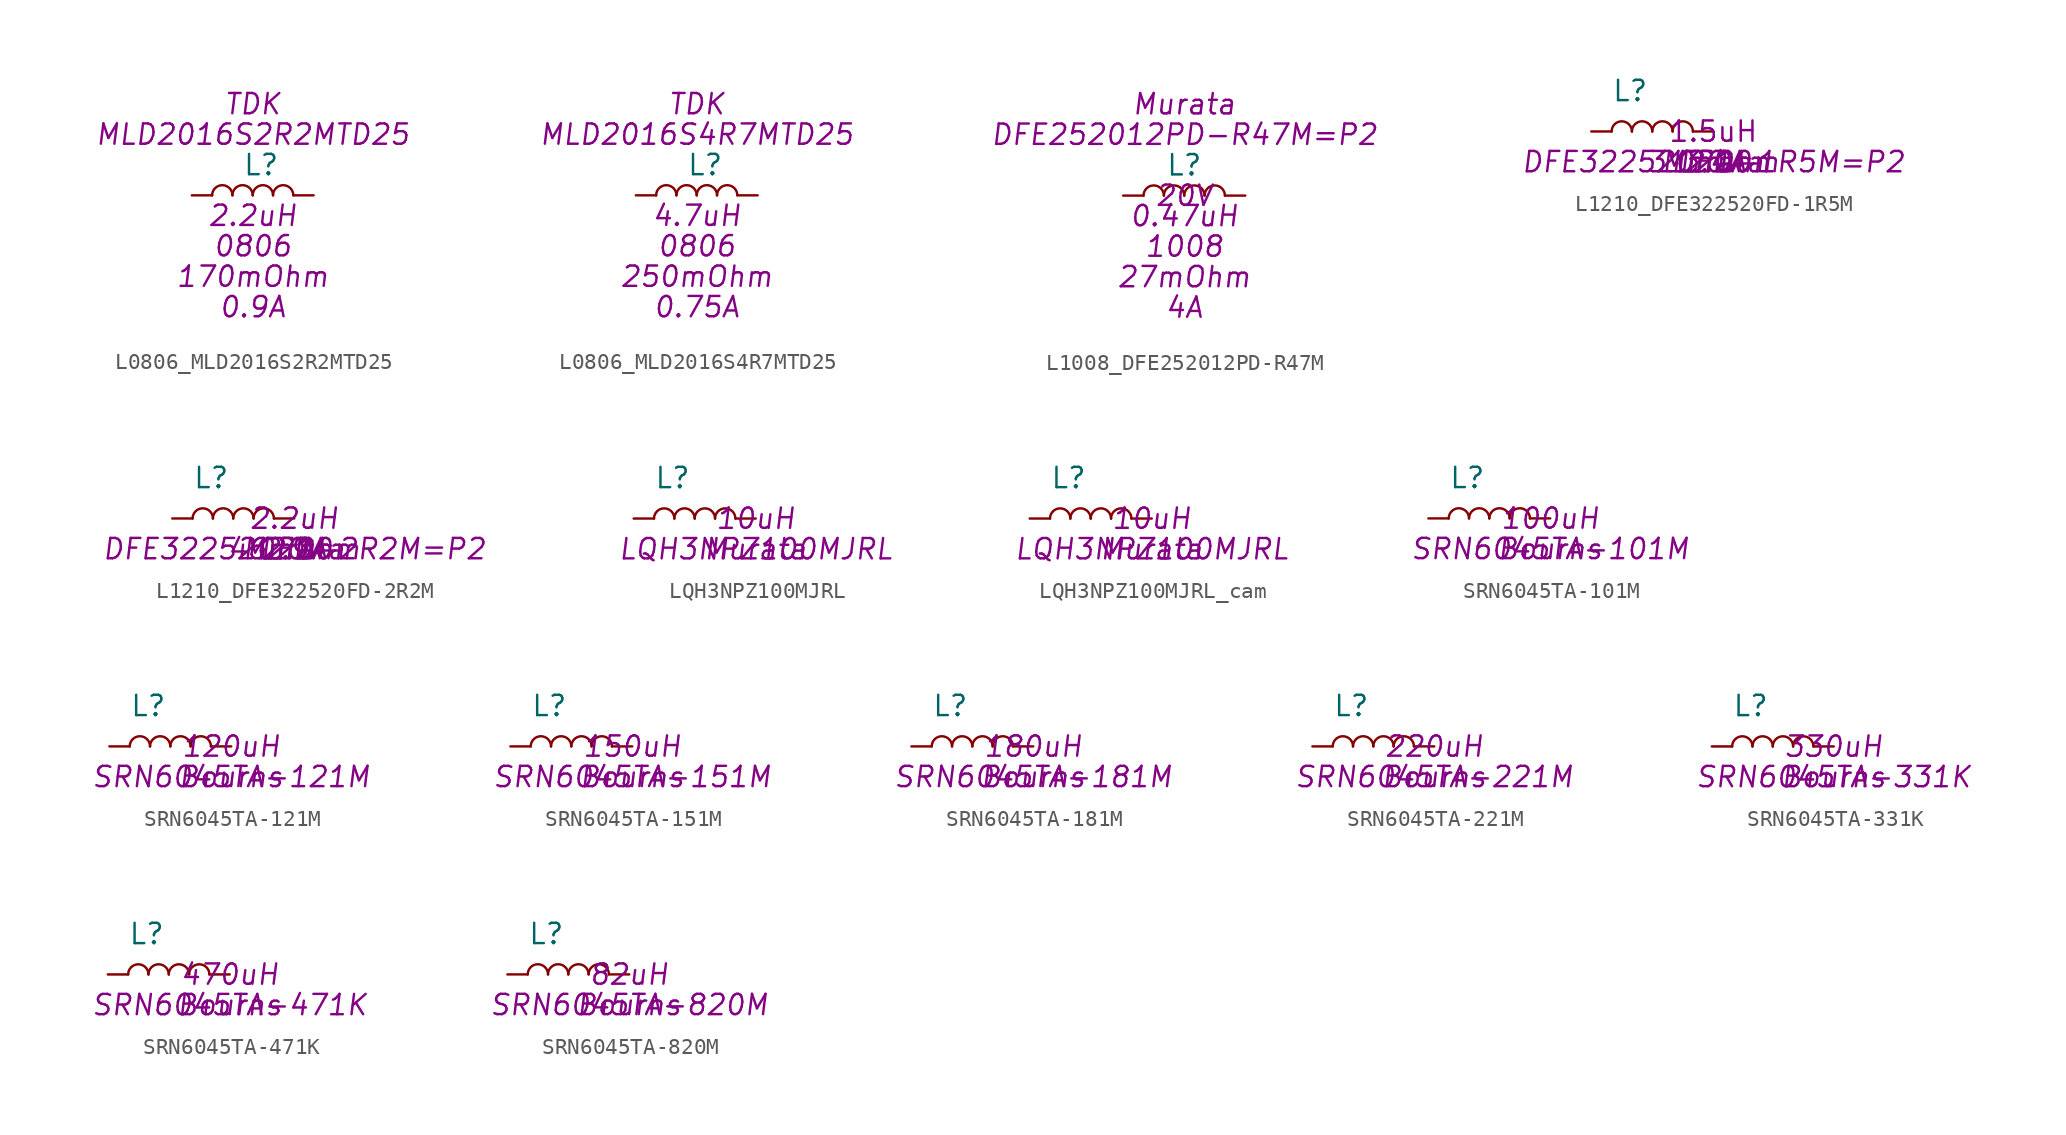
<source format=kicad_sym>
(kicad_symbol_lib
  (version 20211014)
  (generator kicad_symbol_editor)
  (symbol "L0806_MLD2016S2R2MTD25"
    (pin_numbers hide)
    (pin_names
      (offset 0.254) hide)
    (property "Reference" "L"
      (at -0.635 1.905 0)
      (effects (font (size 1.27 1.27)) (justify left)))
    (property "Case" "0806"
      (at 0 -3.175 0)
      (effects (font (size 1.27 1.27) italic)))
    (property "Rdc" "170mOhm"
      (at 0 -5.08 0)
      (effects (font (size 1.27 1.27) italic)))
    (property "Irat" "0.9A"
      (at 0 -6.985 0)
      (effects (font (size 1.27 1.27) italic)))
    (property "p/n" "MLD2016S2R2MTD25"
      (at 0 3.81 0)
      (effects (font (size 1.27 1.27) italic)))
    (property "Manuf" "TDK"
      (at 0 5.715 0)
      (effects (font (size 1.27 1.27) italic)))
    (property "Inductance" "2.2uH"
      (at 0 -1.27 0)
      (effects (font (size 1.27 1.27) italic)))
    (symbol "L0806_MLD2016S2R2MTD25_0_1"
      (arc (start 0 0) (mid -0.635 0.635) (end -1.27 0) (stroke (width 0) (type default) (color 0 0 0 0)) (fill (type none)))
      (arc (start 1.27 0) (mid 0.635 0.635) (end 0 0) (stroke (width 0) (type default) (color 0 0 0 0)) (fill (type none)))
      (arc (start 2.54 0) (mid 1.905 0.635) (end 1.27 0) (stroke (width 0) (type default) (color 0 0 0 0)) (fill (type none))))
    (symbol "L0806_MLD2016S2R2MTD25_1_1"
      (arc (start -1.27 0) (mid -1.905 0.635) (end -2.54 0) (stroke (width 0) (type default) (color 0 0 0 0)) (fill (type none)))
      (pin passive line (at -3.81 0 0) (length 1.27) (name "~" (effects (font (size 1.27 1.27)))) (number "1" (effects (font (size 1.27 1.27)))))
      (pin passive line (at 3.81 0 180) (length 1.27) (name "~" (effects (font (size 1.27 1.27)))) (number "2" (effects (font (size 1.27 1.27)))))))
  (symbol "L0806_MLD2016S4R7MTD25"
    (pin_numbers hide)
    (pin_names
      (offset 0.254) hide)
    (property "Reference" "L"
      (at -0.635 1.905 0)
      (effects (font (size 1.27 1.27)) (justify left)))
    (property "Case" "0806"
      (at 0 -3.175 0)
      (effects (font (size 1.27 1.27) italic)))
    (property "Rdc" "250mOhm"
      (at 0 -5.08 0)
      (effects (font (size 1.27 1.27) italic)))
    (property "Irat" "0.75A"
      (at 0 -6.985 0)
      (effects (font (size 1.27 1.27) italic)))
    (property "p/n" "MLD2016S4R7MTD25"
      (at 0 3.81 0)
      (effects (font (size 1.27 1.27) italic)))
    (property "Manuf" "TDK"
      (at 0 5.715 0)
      (effects (font (size 1.27 1.27) italic)))
    (property "Inductance" "4.7uH"
      (at 0 -1.27 0)
      (effects (font (size 1.27 1.27) italic)))
    (symbol "L0806_MLD2016S4R7MTD25_0_1"
      (arc (start 0 0) (mid -0.635 0.635) (end -1.27 0) (stroke (width 0) (type default) (color 0 0 0 0)) (fill (type none)))
      (arc (start 1.27 0) (mid 0.635 0.635) (end 0 0) (stroke (width 0) (type default) (color 0 0 0 0)) (fill (type none)))
      (arc (start 2.54 0) (mid 1.905 0.635) (end 1.27 0) (stroke (width 0) (type default) (color 0 0 0 0)) (fill (type none))))
    (symbol "L0806_MLD2016S4R7MTD25_1_1"
      (arc (start -1.27 0) (mid -1.905 0.635) (end -2.54 0) (stroke (width 0) (type default) (color 0 0 0 0)) (fill (type none)))
      (pin passive line (at -3.81 0 0) (length 1.27) (name "~" (effects (font (size 1.27 1.27)))) (number "1" (effects (font (size 1.27 1.27)))))
      (pin passive line (at 3.81 0 180) (length 1.27) (name "~" (effects (font (size 1.27 1.27)))) (number "2" (effects (font (size 1.27 1.27)))))))
  (symbol "L1008_DFE252012PD-R47M"
    (pin_numbers hide)
    (pin_names
      (offset 0.254) hide)
    (property "Reference" "L"
      (at 0 1.905 0)
      (effects (font (size 1.27 1.27))))
    (property "Case" "1008"
      (at 0 -3.175 0)
      (effects (font (size 1.27 1.27) italic)))
    (property "Rdc" "27mOhm"
      (at 0 -5.08 0)
      (effects (font (size 1.27 1.27) italic)))
    (property "Vmax" "20V"
      (at 0 0 0)
      (effects (font (size 1.27 1.27) italic)))
    (property "Irat" "4A"
      (at 0 -6.985 0)
      (effects (font (size 1.27 1.27) italic)))
    (property "p/n" "DFE252012PD-R47M=P2"
      (at 0 3.81 0)
      (effects (font (size 1.27 1.27) italic)))
    (property "Manuf" "Murata"
      (at 0 5.715 0)
      (effects (font (size 1.27 1.27) italic)))
    (property "Inductance" "0.47uH"
      (at 0 -1.27 0)
      (effects (font (size 1.27 1.27) italic)))
    (symbol "L1008_DFE252012PD-R47M_0_1"
      (arc (start 0 0) (mid -0.635 0.635) (end -1.27 0) (stroke (width 0) (type default) (color 0 0 0 0)) (fill (type none)))
      (arc (start 1.27 0) (mid 0.635 0.635) (end 0 0) (stroke (width 0) (type default) (color 0 0 0 0)) (fill (type none)))
      (arc (start 2.54 0) (mid 1.905 0.635) (end 1.27 0) (stroke (width 0) (type default) (color 0 0 0 0)) (fill (type none))))
    (symbol "L1008_DFE252012PD-R47M_1_1"
      (arc (start -1.27 0) (mid -1.905 0.635) (end -2.54 0) (stroke (width 0) (type default) (color 0 0 0 0)) (fill (type none)))
      (pin passive line (at -3.81 0 0) (length 1.27) (name "~" (effects (font (size 1.27 1.27)))) (number "1" (effects (font (size 1.27 1.27)))))
      (pin passive line (at 3.81 0 180) (length 1.27) (name "~" (effects (font (size 1.27 1.27)))) (number "2" (effects (font (size 1.27 1.27)))))))
  (symbol "L1210_DFE322520FD-1R5M"
    (pin_numbers hide)
    (pin_names
      (offset 0.254) hide)
    (property "Reference" "L"
      (at -6.35 2.54 0)
      (effects (font (size 1.27 1.27)) (justify left)))
    (property "Case" "1210"
      (at 0 -1.905 0)
      (effects (font (size 1.27 1.27) italic)))
    (property "Rdc" "31mOhm"
      (at 0 -1.905 0)
      (effects (font (size 1.27 1.27) italic)))
    (property "Vmax" "20V"
      (at 0 -1.905 0)
      (effects (font (size 1.27 1.27) italic)))
    (property "Irat" "3.4A"
      (at 0 -1.905 0)
      (effects (font (size 1.27 1.27) italic)))
    (property "p/n" "DFE322520FD-1R5M=P2"
      (at 0 -1.905 0)
      (effects (font (size 1.27 1.27) italic)))
    (property "Manuf" "Murata"
      (at 0 -1.905 0)
      (effects (font (size 1.27 1.27) italic)))
    (property "Inductance" "1.5uH"
      (at 0 0 0)
      (effects (font (size 1.27 1.27))))
    (symbol "L1210_DFE322520FD-1R5M_0_1"
      (arc (start -3.81 0) (mid -4.445 0.635) (end -5.08 0) (stroke (width 0) (type default) (color 0 0 0 0)) (fill (type none)))
      (arc (start -2.54 0) (mid -3.175 0.635) (end -3.81 0) (stroke (width 0) (type default) (color 0 0 0 0)) (fill (type none)))
      (arc (start -1.27 0) (mid -1.905 0.635) (end -2.54 0) (stroke (width 0) (type default) (color 0 0 0 0)) (fill (type none))))
    (symbol "L1210_DFE322520FD-1R5M_1_1"
      (arc (start -5.08 0) (mid -5.715 0.635) (end -6.35 0) (stroke (width 0) (type default) (color 0 0 0 0)) (fill (type none)))
      (pin passive line (at -7.62 0 0) (length 1.27) (name "~" (effects (font (size 1.27 1.27)))) (number "1" (effects (font (size 1.27 1.27)))))
      (pin passive line (at 0 0 180) (length 1.27) (name "~" (effects (font (size 1.27 1.27)))) (number "2" (effects (font (size 1.27 1.27)))))))
  (symbol "L1210_DFE322520FD-2R2M"
    (pin_numbers hide)
    (pin_names
      (offset 0.254) hide)
    (property "Reference" "L"
      (at -6.35 2.54 0)
      (effects (font (size 1.27 1.27)) (justify left)))
    (property "Case" "1210"
      (at 0 -1.905 0)
      (effects (font (size 1.27 1.27) italic)))
    (property "Rdc" "46mOhm"
      (at 0 -1.905 0)
      (effects (font (size 1.27 1.27) italic)))
    (property "Vmax" "20V"
      (at 0 -1.905 0)
      (effects (font (size 1.27 1.27) italic)))
    (property "Irat" "2.9A"
      (at 0 -1.905 0)
      (effects (font (size 1.27 1.27) italic)))
    (property "p/n" "DFE322520FD-2R2M=P2"
      (at 0 -1.905 0)
      (effects (font (size 1.27 1.27) italic)))
    (property "Manuf" "Murata"
      (at 0 -1.905 0)
      (effects (font (size 1.27 1.27) italic)))
    (property "Inductance" "2.2uH"
      (at 0 0 0)
      (effects (font (size 1.27 1.27) italic)))
    (symbol "L1210_DFE322520FD-2R2M_0_1"
      (arc (start -3.81 0) (mid -4.445 0.635) (end -5.08 0) (stroke (width 0) (type default) (color 0 0 0 0)) (fill (type none)))
      (arc (start -2.54 0) (mid -3.175 0.635) (end -3.81 0) (stroke (width 0) (type default) (color 0 0 0 0)) (fill (type none)))
      (arc (start -1.27 0) (mid -1.905 0.635) (end -2.54 0) (stroke (width 0) (type default) (color 0 0 0 0)) (fill (type none))))
    (symbol "L1210_DFE322520FD-2R2M_1_1"
      (arc (start -5.08 0) (mid -5.715 0.635) (end -6.35 0) (stroke (width 0) (type default) (color 0 0 0 0)) (fill (type none)))
      (pin passive line (at -7.62 0 0) (length 1.27) (name "~" (effects (font (size 1.27 1.27)))) (number "1" (effects (font (size 1.27 1.27)))))
      (pin passive line (at 0 0 180) (length 1.27) (name "~" (effects (font (size 1.27 1.27)))) (number "2" (effects (font (size 1.27 1.27)))))))
  (symbol "LQH3NPZ100MJRL"
    (pin_numbers hide)
    (pin_names
      (offset 0.254) hide)
    (property "Reference" "L"
      (at -6.35 2.54 0)
      (effects (font (size 1.27 1.27)) (justify left)))
    (property "p/n" "LQH3NPZ100MJRL"
      (at 0 -1.905 0)
      (effects (font (size 1.27 1.27) italic)))
    (property "Manuf" "Murata"
      (at 0 -1.905 0)
      (effects (font (size 1.27 1.27) italic)))
    (property "Inductance" "10uH"
      (at 0 0 0)
      (effects (font (size 1.27 1.27) italic)))
    (symbol "LQH3NPZ100MJRL_0_1"
      (arc (start -3.81 0) (mid -4.445 0.635) (end -5.08 0) (stroke (width 0) (type default) (color 0 0 0 0)) (fill (type none)))
      (arc (start -2.54 0) (mid -3.175 0.635) (end -3.81 0) (stroke (width 0) (type default) (color 0 0 0 0)) (fill (type none)))
      (arc (start -1.27 0) (mid -1.905 0.635) (end -2.54 0) (stroke (width 0) (type default) (color 0 0 0 0)) (fill (type none))))
    (symbol "LQH3NPZ100MJRL_1_1"
      (arc (start -5.08 0) (mid -5.715 0.635) (end -6.35 0) (stroke (width 0) (type default) (color 0 0 0 0)) (fill (type none)))
      (pin passive line (at -7.62 0 0) (length 1.27) (name "~" (effects (font (size 1.27 1.27)))) (number "1" (effects (font (size 1.27 1.27)))))
      (pin passive line (at 0 0 180) (length 1.27) (name "~" (effects (font (size 1.27 1.27)))) (number "2" (effects (font (size 1.27 1.27)))))))
  (symbol "LQH3NPZ100MJRL_cam"
    (pin_numbers hide)
    (pin_names
      (offset 0.254) hide)
    (property "Reference" "L"
      (at -6.35 2.54 0)
      (effects (font (size 1.27 1.27)) (justify left)))
    (property "p/n" "LQH3NPZ100MJRL"
      (at 0 -1.905 0)
      (effects (font (size 1.27 1.27) italic)))
    (property "Manuf" "Murata"
      (at 0 -1.905 0)
      (effects (font (size 1.27 1.27) italic)))
    (property "Inductance" "10uH"
      (at 0 0 0)
      (effects (font (size 1.27 1.27) italic)))
    (symbol "LQH3NPZ100MJRL_cam_0_1"
      (arc (start -3.81 0) (mid -4.445 0.635) (end -5.08 0) (stroke (width 0) (type default) (color 0 0 0 0)) (fill (type none)))
      (arc (start -2.54 0) (mid -3.175 0.635) (end -3.81 0) (stroke (width 0) (type default) (color 0 0 0 0)) (fill (type none)))
      (arc (start -1.27 0) (mid -1.905 0.635) (end -2.54 0) (stroke (width 0) (type default) (color 0 0 0 0)) (fill (type none))))
    (symbol "LQH3NPZ100MJRL_cam_1_1"
      (arc (start -5.08 0) (mid -5.715 0.635) (end -6.35 0) (stroke (width 0) (type default) (color 0 0 0 0)) (fill (type none)))
      (pin passive line (at -7.62 0 0) (length 1.27) (name "~" (effects (font (size 1.27 1.27)))) (number "1" (effects (font (size 1.27 1.27)))))
      (pin passive line (at 0 0 180) (length 1.27) (name "~" (effects (font (size 1.27 1.27)))) (number "2" (effects (font (size 1.27 1.27)))))))
  (symbol "SRN6045TA-101M"
    (pin_numbers hide)
    (pin_names
      (offset 0.254) hide)
    (property "Reference" "L"
      (at -6.35 2.54 0)
      (effects (font (size 1.27 1.27)) (justify left)))
    (property "p/n" "SRN6045TA-101M"
      (at 0 -1.905 0)
      (effects (font (size 1.27 1.27) italic)))
    (property "Manuf" "Bourns"
      (at 0 -1.905 0)
      (effects (font (size 1.27 1.27) italic)))
    (property "Inductance" "100uH"
      (at 0 0 0)
      (effects (font (size 1.27 1.27) italic)))
    (symbol "SRN6045TA-101M_0_1"
      (arc (start -3.81 0) (mid -4.445 0.635) (end -5.08 0) (stroke (width 0) (type default) (color 0 0 0 0)) (fill (type none)))
      (arc (start -2.54 0) (mid -3.175 0.635) (end -3.81 0) (stroke (width 0) (type default) (color 0 0 0 0)) (fill (type none)))
      (arc (start -1.27 0) (mid -1.905 0.635) (end -2.54 0) (stroke (width 0) (type default) (color 0 0 0 0)) (fill (type none))))
    (symbol "SRN6045TA-101M_1_1"
      (arc (start -5.08 0) (mid -5.715 0.635) (end -6.35 0) (stroke (width 0) (type default) (color 0 0 0 0)) (fill (type none)))
      (pin passive line (at -7.62 0 0) (length 1.27) (name "~" (effects (font (size 1.27 1.27)))) (number "1" (effects (font (size 1.27 1.27)))))
      (pin passive line (at 0 0 180) (length 1.27) (name "~" (effects (font (size 1.27 1.27)))) (number "2" (effects (font (size 1.27 1.27)))))))
  (symbol "SRN6045TA-121M"
    (pin_numbers hide)
    (pin_names
      (offset 0.254) hide)
    (property "Reference" "L"
      (at -6.35 2.54 0)
      (effects (font (size 1.27 1.27)) (justify left)))
    (property "p/n" "SRN6045TA-121M"
      (at 0 -1.905 0)
      (effects (font (size 1.27 1.27) italic)))
    (property "Manuf" "Bourns"
      (at 0 -1.905 0)
      (effects (font (size 1.27 1.27) italic)))
    (property "Inductance" "120uH"
      (at 0 0 0)
      (effects (font (size 1.27 1.27) italic)))
    (symbol "SRN6045TA-121M_0_1"
      (arc (start -3.81 0) (mid -4.445 0.635) (end -5.08 0) (stroke (width 0) (type default) (color 0 0 0 0)) (fill (type none)))
      (arc (start -2.54 0) (mid -3.175 0.635) (end -3.81 0) (stroke (width 0) (type default) (color 0 0 0 0)) (fill (type none)))
      (arc (start -1.27 0) (mid -1.905 0.635) (end -2.54 0) (stroke (width 0) (type default) (color 0 0 0 0)) (fill (type none))))
    (symbol "SRN6045TA-121M_1_1"
      (arc (start -5.08 0) (mid -5.715 0.635) (end -6.35 0) (stroke (width 0) (type default) (color 0 0 0 0)) (fill (type none)))
      (pin passive line (at -7.62 0 0) (length 1.27) (name "~" (effects (font (size 1.27 1.27)))) (number "1" (effects (font (size 1.27 1.27)))))
      (pin passive line (at 0 0 180) (length 1.27) (name "~" (effects (font (size 1.27 1.27)))) (number "2" (effects (font (size 1.27 1.27)))))))
  (symbol "SRN6045TA-151M"
    (pin_numbers hide)
    (pin_names
      (offset 0.254) hide)
    (property "Reference" "L"
      (at -6.35 2.54 0)
      (effects (font (size 1.27 1.27)) (justify left)))
    (property "p/n" "SRN6045TA-151M"
      (at 0 -1.905 0)
      (effects (font (size 1.27 1.27) italic)))
    (property "Manuf" "Bourns"
      (at 0 -1.905 0)
      (effects (font (size 1.27 1.27) italic)))
    (property "Inductance" "150uH"
      (at 0 0 0)
      (effects (font (size 1.27 1.27) italic)))
    (symbol "SRN6045TA-151M_0_1"
      (arc (start -3.81 0) (mid -4.445 0.635) (end -5.08 0) (stroke (width 0) (type default) (color 0 0 0 0)) (fill (type none)))
      (arc (start -2.54 0) (mid -3.175 0.635) (end -3.81 0) (stroke (width 0) (type default) (color 0 0 0 0)) (fill (type none)))
      (arc (start -1.27 0) (mid -1.905 0.635) (end -2.54 0) (stroke (width 0) (type default) (color 0 0 0 0)) (fill (type none))))
    (symbol "SRN6045TA-151M_1_1"
      (arc (start -5.08 0) (mid -5.715 0.635) (end -6.35 0) (stroke (width 0) (type default) (color 0 0 0 0)) (fill (type none)))
      (pin passive line (at -7.62 0 0) (length 1.27) (name "~" (effects (font (size 1.27 1.27)))) (number "1" (effects (font (size 1.27 1.27)))))
      (pin passive line (at 0 0 180) (length 1.27) (name "~" (effects (font (size 1.27 1.27)))) (number "2" (effects (font (size 1.27 1.27)))))))
  (symbol "SRN6045TA-181M"
    (pin_numbers hide)
    (pin_names
      (offset 0.254) hide)
    (property "Reference" "L"
      (at -6.35 2.54 0)
      (effects (font (size 1.27 1.27)) (justify left)))
    (property "p/n" "SRN6045TA-181M"
      (at 0 -1.905 0)
      (effects (font (size 1.27 1.27) italic)))
    (property "Manuf" "Bourns"
      (at 0 -1.905 0)
      (effects (font (size 1.27 1.27) italic)))
    (property "Inductance" "180uH"
      (at 0 0 0)
      (effects (font (size 1.27 1.27) italic)))
    (symbol "SRN6045TA-181M_0_1"
      (arc (start -3.81 0) (mid -4.445 0.635) (end -5.08 0) (stroke (width 0) (type default) (color 0 0 0 0)) (fill (type none)))
      (arc (start -2.54 0) (mid -3.175 0.635) (end -3.81 0) (stroke (width 0) (type default) (color 0 0 0 0)) (fill (type none)))
      (arc (start -1.27 0) (mid -1.905 0.635) (end -2.54 0) (stroke (width 0) (type default) (color 0 0 0 0)) (fill (type none))))
    (symbol "SRN6045TA-181M_1_1"
      (arc (start -5.08 0) (mid -5.715 0.635) (end -6.35 0) (stroke (width 0) (type default) (color 0 0 0 0)) (fill (type none)))
      (pin passive line (at -7.62 0 0) (length 1.27) (name "~" (effects (font (size 1.27 1.27)))) (number "1" (effects (font (size 1.27 1.27)))))
      (pin passive line (at 0 0 180) (length 1.27) (name "~" (effects (font (size 1.27 1.27)))) (number "2" (effects (font (size 1.27 1.27)))))))
  (symbol "SRN6045TA-221M"
    (pin_numbers hide)
    (pin_names
      (offset 0.254) hide)
    (property "Reference" "L"
      (at -6.35 2.54 0)
      (effects (font (size 1.27 1.27)) (justify left)))
    (property "p/n" "SRN6045TA-221M"
      (at 0 -1.905 0)
      (effects (font (size 1.27 1.27) italic)))
    (property "Manuf" "Bourns"
      (at 0 -1.905 0)
      (effects (font (size 1.27 1.27) italic)))
    (property "Inductance" "220uH"
      (at 0 0 0)
      (effects (font (size 1.27 1.27) italic)))
    (symbol "SRN6045TA-221M_0_1"
      (arc (start -3.81 0) (mid -4.445 0.635) (end -5.08 0) (stroke (width 0) (type default) (color 0 0 0 0)) (fill (type none)))
      (arc (start -2.54 0) (mid -3.175 0.635) (end -3.81 0) (stroke (width 0) (type default) (color 0 0 0 0)) (fill (type none)))
      (arc (start -1.27 0) (mid -1.905 0.635) (end -2.54 0) (stroke (width 0) (type default) (color 0 0 0 0)) (fill (type none))))
    (symbol "SRN6045TA-221M_1_1"
      (arc (start -5.08 0) (mid -5.715 0.635) (end -6.35 0) (stroke (width 0) (type default) (color 0 0 0 0)) (fill (type none)))
      (pin passive line (at -7.62 0 0) (length 1.27) (name "~" (effects (font (size 1.27 1.27)))) (number "1" (effects (font (size 1.27 1.27)))))
      (pin passive line (at 0 0 180) (length 1.27) (name "~" (effects (font (size 1.27 1.27)))) (number "2" (effects (font (size 1.27 1.27)))))))
  (symbol "SRN6045TA-331K"
    (pin_numbers hide)
    (pin_names
      (offset 0.254) hide)
    (property "Reference" "L"
      (at -6.35 2.54 0)
      (effects (font (size 1.27 1.27)) (justify left)))
    (property "p/n" "SRN6045TA-331K"
      (at 0 -1.905 0)
      (effects (font (size 1.27 1.27) italic)))
    (property "Manuf" "Bourns"
      (at 0 -1.905 0)
      (effects (font (size 1.27 1.27) italic)))
    (property "Inductance" "330uH"
      (at 0 0 0)
      (effects (font (size 1.27 1.27) italic)))
    (symbol "SRN6045TA-331K_0_1"
      (arc (start -3.81 0) (mid -4.445 0.635) (end -5.08 0) (stroke (width 0) (type default) (color 0 0 0 0)) (fill (type none)))
      (arc (start -2.54 0) (mid -3.175 0.635) (end -3.81 0) (stroke (width 0) (type default) (color 0 0 0 0)) (fill (type none)))
      (arc (start -1.27 0) (mid -1.905 0.635) (end -2.54 0) (stroke (width 0) (type default) (color 0 0 0 0)) (fill (type none))))
    (symbol "SRN6045TA-331K_1_1"
      (arc (start -5.08 0) (mid -5.715 0.635) (end -6.35 0) (stroke (width 0) (type default) (color 0 0 0 0)) (fill (type none)))
      (pin passive line (at -7.62 0 0) (length 1.27) (name "~" (effects (font (size 1.27 1.27)))) (number "1" (effects (font (size 1.27 1.27)))))
      (pin passive line (at 0 0 180) (length 1.27) (name "~" (effects (font (size 1.27 1.27)))) (number "2" (effects (font (size 1.27 1.27)))))))
  (symbol "SRN6045TA-471K"
    (pin_numbers hide)
    (pin_names
      (offset 0.254) hide)
    (property "Reference" "L"
      (at -6.35 2.54 0)
      (effects (font (size 1.27 1.27)) (justify left)))
    (property "p/n" "SRN6045TA-471K"
      (at 0 -1.905 0)
      (effects (font (size 1.27 1.27) italic)))
    (property "Manuf" "Bourns"
      (at 0 -1.905 0)
      (effects (font (size 1.27 1.27) italic)))
    (property "Inductance" "470uH"
      (at 0 0 0)
      (effects (font (size 1.27 1.27) italic)))
    (symbol "SRN6045TA-471K_0_1"
      (arc (start -3.81 0) (mid -4.445 0.635) (end -5.08 0) (stroke (width 0) (type default) (color 0 0 0 0)) (fill (type none)))
      (arc (start -2.54 0) (mid -3.175 0.635) (end -3.81 0) (stroke (width 0) (type default) (color 0 0 0 0)) (fill (type none)))
      (arc (start -1.27 0) (mid -1.905 0.635) (end -2.54 0) (stroke (width 0) (type default) (color 0 0 0 0)) (fill (type none))))
    (symbol "SRN6045TA-471K_1_1"
      (arc (start -5.08 0) (mid -5.715 0.635) (end -6.35 0) (stroke (width 0) (type default) (color 0 0 0 0)) (fill (type none)))
      (pin passive line (at -7.62 0 0) (length 1.27) (name "~" (effects (font (size 1.27 1.27)))) (number "1" (effects (font (size 1.27 1.27)))))
      (pin passive line (at 0 0 180) (length 1.27) (name "~" (effects (font (size 1.27 1.27)))) (number "2" (effects (font (size 1.27 1.27)))))))
  (symbol "SRN6045TA-820M"
    (pin_numbers hide)
    (pin_names
      (offset 0.254) hide)
    (property "Reference" "L"
      (at -6.35 2.54 0)
      (effects (font (size 1.27 1.27)) (justify left)))
    (property "p/n" "SRN6045TA-820M"
      (at 0 -1.905 0)
      (effects (font (size 1.27 1.27) italic)))
    (property "Manuf" "Bourns"
      (at 0 -1.905 0)
      (effects (font (size 1.27 1.27) italic)))
    (property "Inductance" "82uH"
      (at 0 0 0)
      (effects (font (size 1.27 1.27) italic)))
    (symbol "SRN6045TA-820M_0_1"
      (arc (start -3.81 0) (mid -4.445 0.635) (end -5.08 0) (stroke (width 0) (type default) (color 0 0 0 0)) (fill (type none)))
      (arc (start -2.54 0) (mid -3.175 0.635) (end -3.81 0) (stroke (width 0) (type default) (color 0 0 0 0)) (fill (type none)))
      (arc (start -1.27 0) (mid -1.905 0.635) (end -2.54 0) (stroke (width 0) (type default) (color 0 0 0 0)) (fill (type none))))
    (symbol "SRN6045TA-820M_1_1"
      (arc (start -5.08 0) (mid -5.715 0.635) (end -6.35 0) (stroke (width 0) (type default) (color 0 0 0 0)) (fill (type none)))
      (pin passive line (at -7.62 0 0) (length 1.27) (name "~" (effects (font (size 1.27 1.27)))) (number "1" (effects (font (size 1.27 1.27)))))
      (pin passive line (at 0 0 180) (length 1.27) (name "~" (effects (font (size 1.27 1.27)))) (number "2" (effects (font (size 1.27 1.27))))))))
</source>
